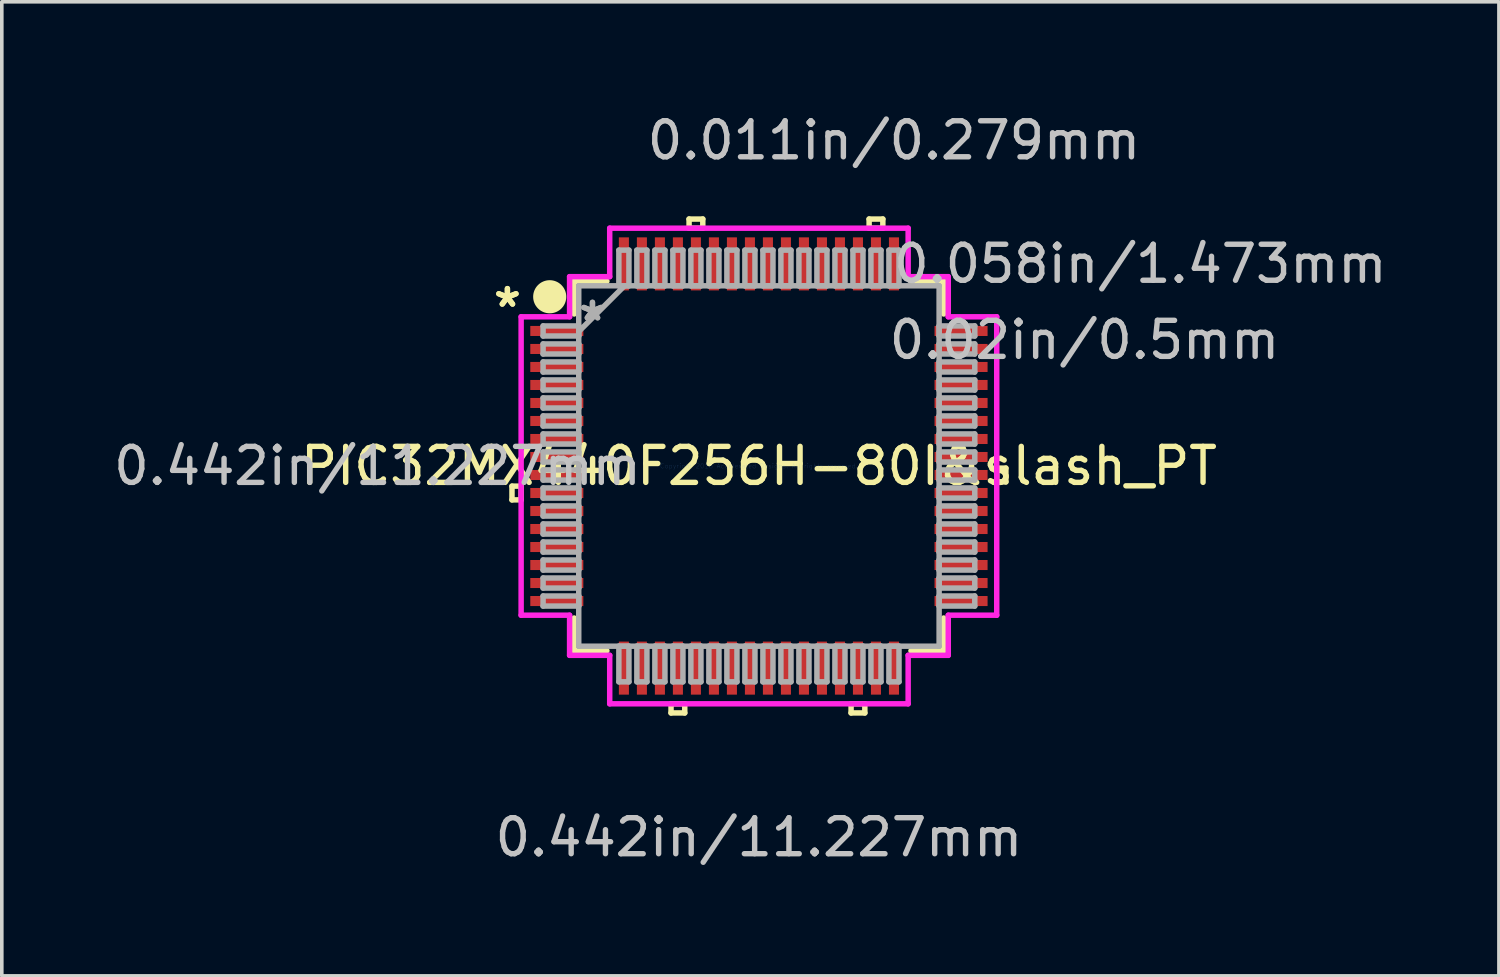
<source format=kicad_pcb>
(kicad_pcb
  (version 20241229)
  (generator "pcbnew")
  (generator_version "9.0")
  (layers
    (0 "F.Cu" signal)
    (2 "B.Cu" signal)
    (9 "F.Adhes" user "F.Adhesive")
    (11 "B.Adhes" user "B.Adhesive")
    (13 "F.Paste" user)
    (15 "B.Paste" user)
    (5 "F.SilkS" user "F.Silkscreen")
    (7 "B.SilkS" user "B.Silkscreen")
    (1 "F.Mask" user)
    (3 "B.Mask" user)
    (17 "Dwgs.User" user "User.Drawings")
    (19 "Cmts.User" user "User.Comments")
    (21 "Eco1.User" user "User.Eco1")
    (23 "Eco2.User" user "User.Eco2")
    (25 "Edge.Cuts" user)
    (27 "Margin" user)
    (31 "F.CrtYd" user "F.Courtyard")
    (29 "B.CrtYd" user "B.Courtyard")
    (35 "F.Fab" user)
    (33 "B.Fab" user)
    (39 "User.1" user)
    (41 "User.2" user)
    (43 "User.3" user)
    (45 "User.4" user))
  (footprint "PIC32MX440F256H-80I&slash_PT"
    (layer "F.Cu")
    (at 18.026 9.891)
    (property "Reference" "PIC32MX440F256H-80I&slash_PT" (at 0 0 0) (layer "F.SilkS") (effects (font (size 1 1) (thickness 0.15))))
    (fp_line (start -6.858 0.56) (end -6.858 0.941) (stroke (width 0.152) (type solid)) (layer "F.SilkS"))
    (fp_line (start -6.858 0.941) (end -6.604 0.941) (stroke (width 0.152) (type solid)) (layer "F.SilkS"))
    (fp_line (start -6.604 0.56) (end -6.858 0.56) (stroke (width 0.152) (type solid)) (layer "F.SilkS"))
    (fp_line (start -6.604 0.941) (end -6.604 0.56) (stroke (width 0.152) (type solid)) (layer "F.SilkS"))
    (fp_line (start -5.131 -5.131) (end -5.131 -4.222) (stroke (width 0.152) (type solid)) (layer "F.SilkS"))
    (fp_line (start -5.131 4.222) (end -5.131 5.131) (stroke (width 0.152) (type solid)) (layer "F.SilkS"))
    (fp_line (start -5.131 5.131) (end -4.222 5.131) (stroke (width 0.152) (type solid)) (layer "F.SilkS"))
    (fp_line (start -4.222 -5.131) (end -5.131 -5.131) (stroke (width 0.152) (type solid)) (layer "F.SilkS"))
    (fp_line (start -2.441 6.604) (end -2.441 6.858) (stroke (width 0.152) (type solid)) (layer "F.SilkS"))
    (fp_line (start -2.441 6.858) (end -2.06 6.858) (stroke (width 0.152) (type solid)) (layer "F.SilkS"))
    (fp_line (start -2.06 6.604) (end -2.441 6.604) (stroke (width 0.152) (type solid)) (layer "F.SilkS"))
    (fp_line (start -2.06 6.858) (end -2.06 6.604) (stroke (width 0.152) (type solid)) (layer "F.SilkS"))
    (fp_line (start -1.94 -6.858) (end -1.559 -6.858) (stroke (width 0.152) (type solid)) (layer "F.SilkS"))
    (fp_line (start -1.94 -6.604) (end -1.94 -6.858) (stroke (width 0.152) (type solid)) (layer "F.SilkS"))
    (fp_line (start -1.559 -6.858) (end -1.559 -6.604) (stroke (width 0.152) (type solid)) (layer "F.SilkS"))
    (fp_line (start -1.559 -6.604) (end -1.94 -6.604) (stroke (width 0.152) (type solid)) (layer "F.SilkS"))
    (fp_line (start 2.559 6.604) (end 2.559 6.858) (stroke (width 0.152) (type solid)) (layer "F.SilkS"))
    (fp_line (start 2.559 6.858) (end 2.941 6.858) (stroke (width 0.152) (type solid)) (layer "F.SilkS"))
    (fp_line (start 2.941 6.604) (end 2.559 6.604) (stroke (width 0.152) (type solid)) (layer "F.SilkS"))
    (fp_line (start 2.941 6.858) (end 2.941 6.604) (stroke (width 0.152) (type solid)) (layer "F.SilkS"))
    (fp_line (start 3.06 -6.858) (end 3.441 -6.858) (stroke (width 0.152) (type solid)) (layer "F.SilkS"))
    (fp_line (start 3.06 -6.604) (end 3.06 -6.858) (stroke (width 0.152) (type solid)) (layer "F.SilkS"))
    (fp_line (start 3.441 -6.858) (end 3.441 -6.604) (stroke (width 0.152) (type solid)) (layer "F.SilkS"))
    (fp_line (start 3.441 -6.604) (end 3.06 -6.604) (stroke (width 0.152) (type solid)) (layer "F.SilkS"))
    (fp_line (start 4.222 5.131) (end 5.131 5.131) (stroke (width 0.152) (type solid)) (layer "F.SilkS"))
    (fp_line (start 5.131 -5.131) (end 4.222 -5.131) (stroke (width 0.152) (type solid)) (layer "F.SilkS"))
    (fp_line (start 5.131 -4.222) (end 5.131 -5.131) (stroke (width 0.152) (type solid)) (layer "F.SilkS"))
    (fp_line (start 5.131 5.131) (end 5.131 4.222) (stroke (width 0.152) (type solid)) (layer "F.SilkS"))
    (fp_line (start 6.604 0.059) (end 6.858 0.059) (stroke (width 0.152) (type solid)) (layer "F.SilkS"))
    (fp_line (start 6.604 0.441) (end 6.604 0.059) (stroke (width 0.152) (type solid)) (layer "F.SilkS"))
    (fp_line (start 6.858 0.059) (end 6.858 0.441) (stroke (width 0.152) (type solid)) (layer "F.SilkS"))
    (fp_line (start 6.858 0.441) (end 6.604 0.441) (stroke (width 0.152) (type solid)) (layer "F.SilkS"))
    (fp_circle (center -5.81 -4.7) (end -5.41 -4.7) (stroke (width 0.12) (type solid)) (fill yes) (layer "F.SilkS"))
    (fp_line (start -6.604 -4.144) (end -5.258 -4.144) (stroke (width 0.152) (type solid)) (layer "F.CrtYd"))
    (fp_line (start -6.604 4.144) (end -6.604 -4.144) (stroke (width 0.152) (type solid)) (layer "F.CrtYd"))
    (fp_line (start -5.258 -5.258) (end -4.144 -5.258) (stroke (width 0.152) (type solid)) (layer "F.CrtYd"))
    (fp_line (start -5.258 -4.144) (end -5.258 -5.258) (stroke (width 0.152) (type solid)) (layer "F.CrtYd"))
    (fp_line (start -5.258 4.144) (end -6.604 4.144) (stroke (width 0.152) (type solid)) (layer "F.CrtYd"))
    (fp_line (start -5.258 5.258) (end -5.258 4.144) (stroke (width 0.152) (type solid)) (layer "F.CrtYd"))
    (fp_line (start -4.144 -6.604) (end 4.144 -6.604) (stroke (width 0.152) (type solid)) (layer "F.CrtYd"))
    (fp_line (start -4.144 -5.258) (end -4.144 -6.604) (stroke (width 0.152) (type solid)) (layer "F.CrtYd"))
    (fp_line (start -4.144 5.258) (end -5.258 5.258) (stroke (width 0.152) (type solid)) (layer "F.CrtYd"))
    (fp_line (start -4.144 6.604) (end -4.144 5.258) (stroke (width 0.152) (type solid)) (layer "F.CrtYd"))
    (fp_line (start 4.144 -6.604) (end 4.144 -5.258) (stroke (width 0.152) (type solid)) (layer "F.CrtYd"))
    (fp_line (start 4.144 -5.258) (end 5.258 -5.258) (stroke (width 0.152) (type solid)) (layer "F.CrtYd"))
    (fp_line (start 4.144 5.258) (end 4.144 6.604) (stroke (width 0.152) (type solid)) (layer "F.CrtYd"))
    (fp_line (start 4.144 6.604) (end -4.144 6.604) (stroke (width 0.152) (type solid)) (layer "F.CrtYd"))
    (fp_line (start 5.258 -5.258) (end 5.258 -4.144) (stroke (width 0.152) (type solid)) (layer "F.CrtYd"))
    (fp_line (start 5.258 -4.144) (end 6.604 -4.144) (stroke (width 0.152) (type solid)) (layer "F.CrtYd"))
    (fp_line (start 5.258 4.144) (end 5.258 5.258) (stroke (width 0.152) (type solid)) (layer "F.CrtYd"))
    (fp_line (start 5.258 5.258) (end 4.144 5.258) (stroke (width 0.152) (type solid)) (layer "F.CrtYd"))
    (fp_line (start 6.604 -4.144) (end 6.604 4.144) (stroke (width 0.152) (type solid)) (layer "F.CrtYd"))
    (fp_line (start 6.604 4.144) (end 5.258 4.144) (stroke (width 0.152) (type solid)) (layer "F.CrtYd"))
    (fp_line (start -5.994 -3.89) (end -5.994 -3.61) (stroke (width 0.152) (type solid)) (layer "F.Fab"))
    (fp_line (start -5.994 -3.61) (end -5.004 -3.61) (stroke (width 0.152) (type solid)) (layer "F.Fab"))
    (fp_line (start -5.994 -3.39) (end -5.994 -3.11) (stroke (width 0.152) (type solid)) (layer "F.Fab"))
    (fp_line (start -5.994 -3.11) (end -5.004 -3.11) (stroke (width 0.152) (type solid)) (layer "F.Fab"))
    (fp_line (start -5.994 -2.89) (end -5.994 -2.61) (stroke (width 0.152) (type solid)) (layer "F.Fab"))
    (fp_line (start -5.994 -2.61) (end -5.004 -2.61) (stroke (width 0.152) (type solid)) (layer "F.Fab"))
    (fp_line (start -5.994 -2.39) (end -5.994 -2.11) (stroke (width 0.152) (type solid)) (layer "F.Fab"))
    (fp_line (start -5.994 -2.11) (end -5.004 -2.11) (stroke (width 0.152) (type solid)) (layer "F.Fab"))
    (fp_line (start -5.994 -1.89) (end -5.994 -1.61) (stroke (width 0.152) (type solid)) (layer "F.Fab"))
    (fp_line (start -5.994 -1.61) (end -5.004 -1.61) (stroke (width 0.152) (type solid)) (layer "F.Fab"))
    (fp_line (start -5.994 -1.39) (end -5.994 -1.11) (stroke (width 0.152) (type solid)) (layer "F.Fab"))
    (fp_line (start -5.994 -1.11) (end -5.004 -1.11) (stroke (width 0.152) (type solid)) (layer "F.Fab"))
    (fp_line (start -5.994 -0.89) (end -5.994 -0.61) (stroke (width 0.152) (type solid)) (layer "F.Fab"))
    (fp_line (start -5.994 -0.61) (end -5.004 -0.61) (stroke (width 0.152) (type solid)) (layer "F.Fab"))
    (fp_line (start -5.994 -0.39) (end -5.994 -0.11) (stroke (width 0.152) (type solid)) (layer "F.Fab"))
    (fp_line (start -5.994 -0.11) (end -5.004 -0.11) (stroke (width 0.152) (type solid)) (layer "F.Fab"))
    (fp_line (start -5.994 0.11) (end -5.994 0.39) (stroke (width 0.152) (type solid)) (layer "F.Fab"))
    (fp_line (start -5.994 0.39) (end -5.004 0.39) (stroke (width 0.152) (type solid)) (layer "F.Fab"))
    (fp_line (start -5.994 0.61) (end -5.994 0.89) (stroke (width 0.152) (type solid)) (layer "F.Fab"))
    (fp_line (start -5.994 0.89) (end -5.004 0.89) (stroke (width 0.152) (type solid)) (layer "F.Fab"))
    (fp_line (start -5.994 1.11) (end -5.994 1.39) (stroke (width 0.152) (type solid)) (layer "F.Fab"))
    (fp_line (start -5.994 1.39) (end -5.004 1.39) (stroke (width 0.152) (type solid)) (layer "F.Fab"))
    (fp_line (start -5.994 1.61) (end -5.994 1.89) (stroke (width 0.152) (type solid)) (layer "F.Fab"))
    (fp_line (start -5.994 1.89) (end -5.004 1.89) (stroke (width 0.152) (type solid)) (layer "F.Fab"))
    (fp_line (start -5.994 2.11) (end -5.994 2.39) (stroke (width 0.152) (type solid)) (layer "F.Fab"))
    (fp_line (start -5.994 2.39) (end -5.004 2.39) (stroke (width 0.152) (type solid)) (layer "F.Fab"))
    (fp_line (start -5.994 2.61) (end -5.994 2.89) (stroke (width 0.152) (type solid)) (layer "F.Fab"))
    (fp_line (start -5.994 2.89) (end -5.004 2.89) (stroke (width 0.152) (type solid)) (layer "F.Fab"))
    (fp_line (start -5.994 3.11) (end -5.994 3.39) (stroke (width 0.152) (type solid)) (layer "F.Fab"))
    (fp_line (start -5.994 3.39) (end -5.004 3.39) (stroke (width 0.152) (type solid)) (layer "F.Fab"))
    (fp_line (start -5.994 3.61) (end -5.994 3.89) (stroke (width 0.152) (type solid)) (layer "F.Fab"))
    (fp_line (start -5.994 3.89) (end -5.004 3.89) (stroke (width 0.152) (type solid)) (layer "F.Fab"))
    (fp_line (start -5.004 -5.004) (end -5.004 -5.004) (stroke (width 0.152) (type solid)) (layer "F.Fab"))
    (fp_line (start -5.004 -5.004) (end -5.004 5.004) (stroke (width 0.152) (type solid)) (layer "F.Fab"))
    (fp_line (start -5.004 -3.89) (end -5.994 -3.89) (stroke (width 0.152) (type solid)) (layer "F.Fab"))
    (fp_line (start -5.004 -3.734) (end -3.734 -5.004) (stroke (width 0.152) (type solid)) (layer "F.Fab"))
    (fp_line (start -5.004 -3.61) (end -5.004 -3.89) (stroke (width 0.152) (type solid)) (layer "F.Fab"))
    (fp_line (start -5.004 -3.39) (end -5.994 -3.39) (stroke (width 0.152) (type solid)) (layer "F.Fab"))
    (fp_line (start -5.004 -3.11) (end -5.004 -3.39) (stroke (width 0.152) (type solid)) (layer "F.Fab"))
    (fp_line (start -5.004 -2.89) (end -5.994 -2.89) (stroke (width 0.152) (type solid)) (layer "F.Fab"))
    (fp_line (start -5.004 -2.61) (end -5.004 -2.89) (stroke (width 0.152) (type solid)) (layer "F.Fab"))
    (fp_line (start -5.004 -2.39) (end -5.994 -2.39) (stroke (width 0.152) (type solid)) (layer "F.Fab"))
    (fp_line (start -5.004 -2.11) (end -5.004 -2.39) (stroke (width 0.152) (type solid)) (layer "F.Fab"))
    (fp_line (start -5.004 -1.89) (end -5.994 -1.89) (stroke (width 0.152) (type solid)) (layer "F.Fab"))
    (fp_line (start -5.004 -1.61) (end -5.004 -1.89) (stroke (width 0.152) (type solid)) (layer "F.Fab"))
    (fp_line (start -5.004 -1.39) (end -5.994 -1.39) (stroke (width 0.152) (type solid)) (layer "F.Fab"))
    (fp_line (start -5.004 -1.11) (end -5.004 -1.39) (stroke (width 0.152) (type solid)) (layer "F.Fab"))
    (fp_line (start -5.004 -0.89) (end -5.994 -0.89) (stroke (width 0.152) (type solid)) (layer "F.Fab"))
    (fp_line (start -5.004 -0.61) (end -5.004 -0.89) (stroke (width 0.152) (type solid)) (layer "F.Fab"))
    (fp_line (start -5.004 -0.39) (end -5.994 -0.39) (stroke (width 0.152) (type solid)) (layer "F.Fab"))
    (fp_line (start -5.004 -0.11) (end -5.004 -0.39) (stroke (width 0.152) (type solid)) (layer "F.Fab"))
    (fp_line (start -5.004 0.11) (end -5.994 0.11) (stroke (width 0.152) (type solid)) (layer "F.Fab"))
    (fp_line (start -5.004 0.39) (end -5.004 0.11) (stroke (width 0.152) (type solid)) (layer "F.Fab"))
    (fp_line (start -5.004 0.61) (end -5.994 0.61) (stroke (width 0.152) (type solid)) (layer "F.Fab"))
    (fp_line (start -5.004 0.89) (end -5.004 0.61) (stroke (width 0.152) (type solid)) (layer "F.Fab"))
    (fp_line (start -5.004 1.11) (end -5.994 1.11) (stroke (width 0.152) (type solid)) (layer "F.Fab"))
    (fp_line (start -5.004 1.39) (end -5.004 1.11) (stroke (width 0.152) (type solid)) (layer "F.Fab"))
    (fp_line (start -5.004 1.61) (end -5.994 1.61) (stroke (width 0.152) (type solid)) (layer "F.Fab"))
    (fp_line (start -5.004 1.89) (end -5.004 1.61) (stroke (width 0.152) (type solid)) (layer "F.Fab"))
    (fp_line (start -5.004 2.11) (end -5.994 2.11) (stroke (width 0.152) (type solid)) (layer "F.Fab"))
    (fp_line (start -5.004 2.39) (end -5.004 2.11) (stroke (width 0.152) (type solid)) (layer "F.Fab"))
    (fp_line (start -5.004 2.61) (end -5.994 2.61) (stroke (width 0.152) (type solid)) (layer "F.Fab"))
    (fp_line (start -5.004 2.89) (end -5.004 2.61) (stroke (width 0.152) (type solid)) (layer "F.Fab"))
    (fp_line (start -5.004 3.11) (end -5.994 3.11) (stroke (width 0.152) (type solid)) (layer "F.Fab"))
    (fp_line (start -5.004 3.39) (end -5.004 3.11) (stroke (width 0.152) (type solid)) (layer "F.Fab"))
    (fp_line (start -5.004 3.61) (end -5.994 3.61) (stroke (width 0.152) (type solid)) (layer "F.Fab"))
    (fp_line (start -5.004 3.89) (end -5.004 3.61) (stroke (width 0.152) (type solid)) (layer "F.Fab"))
    (fp_line (start -5.004 5.004) (end -5.004 5.004) (stroke (width 0.152) (type solid)) (layer "F.Fab"))
    (fp_line (start -5.004 5.004) (end 5.004 5.004) (stroke (width 0.152) (type solid)) (layer "F.Fab"))
    (fp_line (start -3.89 -5.994) (end -3.89 -5.004) (stroke (width 0.152) (type solid)) (layer "F.Fab"))
    (fp_line (start -3.89 -5.004) (end -3.61 -5.004) (stroke (width 0.152) (type solid)) (layer "F.Fab"))
    (fp_line (start -3.89 5.004) (end -3.89 5.994) (stroke (width 0.152) (type solid)) (layer "F.Fab"))
    (fp_line (start -3.89 5.994) (end -3.61 5.994) (stroke (width 0.152) (type solid)) (layer "F.Fab"))
    (fp_line (start -3.61 -5.994) (end -3.89 -5.994) (stroke (width 0.152) (type solid)) (layer "F.Fab"))
    (fp_line (start -3.61 -5.004) (end -3.61 -5.994) (stroke (width 0.152) (type solid)) (layer "F.Fab"))
    (fp_line (start -3.61 5.004) (end -3.89 5.004) (stroke (width 0.152) (type solid)) (layer "F.Fab"))
    (fp_line (start -3.61 5.994) (end -3.61 5.004) (stroke (width 0.152) (type solid)) (layer "F.Fab"))
    (fp_line (start -3.39 -5.994) (end -3.39 -5.004) (stroke (width 0.152) (type solid)) (layer "F.Fab"))
    (fp_line (start -3.39 -5.004) (end -3.11 -5.004) (stroke (width 0.152) (type solid)) (layer "F.Fab"))
    (fp_line (start -3.39 5.004) (end -3.39 5.994) (stroke (width 0.152) (type solid)) (layer "F.Fab"))
    (fp_line (start -3.39 5.994) (end -3.11 5.994) (stroke (width 0.152) (type solid)) (layer "F.Fab"))
    (fp_line (start -3.11 -5.994) (end -3.39 -5.994) (stroke (width 0.152) (type solid)) (layer "F.Fab"))
    (fp_line (start -3.11 -5.004) (end -3.11 -5.994) (stroke (width 0.152) (type solid)) (layer "F.Fab"))
    (fp_line (start -3.11 5.004) (end -3.39 5.004) (stroke (width 0.152) (type solid)) (layer "F.Fab"))
    (fp_line (start -3.11 5.994) (end -3.11 5.004) (stroke (width 0.152) (type solid)) (layer "F.Fab"))
    (fp_line (start -2.89 -5.994) (end -2.89 -5.004) (stroke (width 0.152) (type solid)) (layer "F.Fab"))
    (fp_line (start -2.89 -5.004) (end -2.61 -5.004) (stroke (width 0.152) (type solid)) (layer "F.Fab"))
    (fp_line (start -2.89 5.004) (end -2.89 5.994) (stroke (width 0.152) (type solid)) (layer "F.Fab"))
    (fp_line (start -2.89 5.994) (end -2.61 5.994) (stroke (width 0.152) (type solid)) (layer "F.Fab"))
    (fp_line (start -2.61 -5.994) (end -2.89 -5.994) (stroke (width 0.152) (type solid)) (layer "F.Fab"))
    (fp_line (start -2.61 -5.004) (end -2.61 -5.994) (stroke (width 0.152) (type solid)) (layer "F.Fab"))
    (fp_line (start -2.61 5.004) (end -2.89 5.004) (stroke (width 0.152) (type solid)) (layer "F.Fab"))
    (fp_line (start -2.61 5.994) (end -2.61 5.004) (stroke (width 0.152) (type solid)) (layer "F.Fab"))
    (fp_line (start -2.39 -5.994) (end -2.39 -5.004) (stroke (width 0.152) (type solid)) (layer "F.Fab"))
    (fp_line (start -2.39 -5.004) (end -2.11 -5.004) (stroke (width 0.152) (type solid)) (layer "F.Fab"))
    (fp_line (start -2.39 5.004) (end -2.39 5.994) (stroke (width 0.152) (type solid)) (layer "F.Fab"))
    (fp_line (start -2.39 5.994) (end -2.11 5.994) (stroke (width 0.152) (type solid)) (layer "F.Fab"))
    (fp_line (start -2.11 -5.994) (end -2.39 -5.994) (stroke (width 0.152) (type solid)) (layer "F.Fab"))
    (fp_line (start -2.11 -5.004) (end -2.11 -5.994) (stroke (width 0.152) (type solid)) (layer "F.Fab"))
    (fp_line (start -2.11 5.004) (end -2.39 5.004) (stroke (width 0.152) (type solid)) (layer "F.Fab"))
    (fp_line (start -2.11 5.994) (end -2.11 5.004) (stroke (width 0.152) (type solid)) (layer "F.Fab"))
    (fp_line (start -1.89 -5.994) (end -1.89 -5.004) (stroke (width 0.152) (type solid)) (layer "F.Fab"))
    (fp_line (start -1.89 -5.004) (end -1.61 -5.004) (stroke (width 0.152) (type solid)) (layer "F.Fab"))
    (fp_line (start -1.89 5.004) (end -1.89 5.994) (stroke (width 0.152) (type solid)) (layer "F.Fab"))
    (fp_line (start -1.89 5.994) (end -1.61 5.994) (stroke (width 0.152) (type solid)) (layer "F.Fab"))
    (fp_line (start -1.61 -5.994) (end -1.89 -5.994) (stroke (width 0.152) (type solid)) (layer "F.Fab"))
    (fp_line (start -1.61 -5.004) (end -1.61 -5.994) (stroke (width 0.152) (type solid)) (layer "F.Fab"))
    (fp_line (start -1.61 5.004) (end -1.89 5.004) (stroke (width 0.152) (type solid)) (layer "F.Fab"))
    (fp_line (start -1.61 5.994) (end -1.61 5.004) (stroke (width 0.152) (type solid)) (layer "F.Fab"))
    (fp_line (start -1.39 -5.994) (end -1.39 -5.004) (stroke (width 0.152) (type solid)) (layer "F.Fab"))
    (fp_line (start -1.39 -5.004) (end -1.11 -5.004) (stroke (width 0.152) (type solid)) (layer "F.Fab"))
    (fp_line (start -1.39 5.004) (end -1.39 5.994) (stroke (width 0.152) (type solid)) (layer "F.Fab"))
    (fp_line (start -1.39 5.994) (end -1.11 5.994) (stroke (width 0.152) (type solid)) (layer "F.Fab"))
    (fp_line (start -1.11 -5.994) (end -1.39 -5.994) (stroke (width 0.152) (type solid)) (layer "F.Fab"))
    (fp_line (start -1.11 -5.004) (end -1.11 -5.994) (stroke (width 0.152) (type solid)) (layer "F.Fab"))
    (fp_line (start -1.11 5.004) (end -1.39 5.004) (stroke (width 0.152) (type solid)) (layer "F.Fab"))
    (fp_line (start -1.11 5.994) (end -1.11 5.004) (stroke (width 0.152) (type solid)) (layer "F.Fab"))
    (fp_line (start -0.89 -5.994) (end -0.89 -5.004) (stroke (width 0.152) (type solid)) (layer "F.Fab"))
    (fp_line (start -0.89 -5.004) (end -0.61 -5.004) (stroke (width 0.152) (type solid)) (layer "F.Fab"))
    (fp_line (start -0.89 5.004) (end -0.89 5.994) (stroke (width 0.152) (type solid)) (layer "F.Fab"))
    (fp_line (start -0.89 5.994) (end -0.61 5.994) (stroke (width 0.152) (type solid)) (layer "F.Fab"))
    (fp_line (start -0.61 -5.994) (end -0.89 -5.994) (stroke (width 0.152) (type solid)) (layer "F.Fab"))
    (fp_line (start -0.61 -5.004) (end -0.61 -5.994) (stroke (width 0.152) (type solid)) (layer "F.Fab"))
    (fp_line (start -0.61 5.004) (end -0.89 5.004) (stroke (width 0.152) (type solid)) (layer "F.Fab"))
    (fp_line (start -0.61 5.994) (end -0.61 5.004) (stroke (width 0.152) (type solid)) (layer "F.Fab"))
    (fp_line (start -0.39 -5.994) (end -0.39 -5.004) (stroke (width 0.152) (type solid)) (layer "F.Fab"))
    (fp_line (start -0.39 -5.004) (end -0.11 -5.004) (stroke (width 0.152) (type solid)) (layer "F.Fab"))
    (fp_line (start -0.39 5.004) (end -0.39 5.994) (stroke (width 0.152) (type solid)) (layer "F.Fab"))
    (fp_line (start -0.39 5.994) (end -0.11 5.994) (stroke (width 0.152) (type solid)) (layer "F.Fab"))
    (fp_line (start -0.11 -5.994) (end -0.39 -5.994) (stroke (width 0.152) (type solid)) (layer "F.Fab"))
    (fp_line (start -0.11 -5.004) (end -0.11 -5.994) (stroke (width 0.152) (type solid)) (layer "F.Fab"))
    (fp_line (start -0.11 5.004) (end -0.39 5.004) (stroke (width 0.152) (type solid)) (layer "F.Fab"))
    (fp_line (start -0.11 5.994) (end -0.11 5.004) (stroke (width 0.152) (type solid)) (layer "F.Fab"))
    (fp_line (start 0.11 -5.994) (end 0.11 -5.004) (stroke (width 0.152) (type solid)) (layer "F.Fab"))
    (fp_line (start 0.11 -5.004) (end 0.39 -5.004) (stroke (width 0.152) (type solid)) (layer "F.Fab"))
    (fp_line (start 0.11 5.004) (end 0.11 5.994) (stroke (width 0.152) (type solid)) (layer "F.Fab"))
    (fp_line (start 0.11 5.994) (end 0.39 5.994) (stroke (width 0.152) (type solid)) (layer "F.Fab"))
    (fp_line (start 0.39 -5.994) (end 0.11 -5.994) (stroke (width 0.152) (type solid)) (layer "F.Fab"))
    (fp_line (start 0.39 -5.004) (end 0.39 -5.994) (stroke (width 0.152) (type solid)) (layer "F.Fab"))
    (fp_line (start 0.39 5.004) (end 0.11 5.004) (stroke (width 0.152) (type solid)) (layer "F.Fab"))
    (fp_line (start 0.39 5.994) (end 0.39 5.004) (stroke (width 0.152) (type solid)) (layer "F.Fab"))
    (fp_line (start 0.61 -5.994) (end 0.61 -5.004) (stroke (width 0.152) (type solid)) (layer "F.Fab"))
    (fp_line (start 0.61 -5.004) (end 0.89 -5.004) (stroke (width 0.152) (type solid)) (layer "F.Fab"))
    (fp_line (start 0.61 5.004) (end 0.61 5.994) (stroke (width 0.152) (type solid)) (layer "F.Fab"))
    (fp_line (start 0.61 5.994) (end 0.89 5.994) (stroke (width 0.152) (type solid)) (layer "F.Fab"))
    (fp_line (start 0.89 -5.994) (end 0.61 -5.994) (stroke (width 0.152) (type solid)) (layer "F.Fab"))
    (fp_line (start 0.89 -5.004) (end 0.89 -5.994) (stroke (width 0.152) (type solid)) (layer "F.Fab"))
    (fp_line (start 0.89 5.004) (end 0.61 5.004) (stroke (width 0.152) (type solid)) (layer "F.Fab"))
    (fp_line (start 0.89 5.994) (end 0.89 5.004) (stroke (width 0.152) (type solid)) (layer "F.Fab"))
    (fp_line (start 1.11 -5.994) (end 1.11 -5.004) (stroke (width 0.152) (type solid)) (layer "F.Fab"))
    (fp_line (start 1.11 -5.004) (end 1.39 -5.004) (stroke (width 0.152) (type solid)) (layer "F.Fab"))
    (fp_line (start 1.11 5.004) (end 1.11 5.994) (stroke (width 0.152) (type solid)) (layer "F.Fab"))
    (fp_line (start 1.11 5.994) (end 1.39 5.994) (stroke (width 0.152) (type solid)) (layer "F.Fab"))
    (fp_line (start 1.39 -5.994) (end 1.11 -5.994) (stroke (width 0.152) (type solid)) (layer "F.Fab"))
    (fp_line (start 1.39 -5.004) (end 1.39 -5.994) (stroke (width 0.152) (type solid)) (layer "F.Fab"))
    (fp_line (start 1.39 5.004) (end 1.11 5.004) (stroke (width 0.152) (type solid)) (layer "F.Fab"))
    (fp_line (start 1.39 5.994) (end 1.39 5.004) (stroke (width 0.152) (type solid)) (layer "F.Fab"))
    (fp_line (start 1.61 -5.994) (end 1.61 -5.004) (stroke (width 0.152) (type solid)) (layer "F.Fab"))
    (fp_line (start 1.61 -5.004) (end 1.89 -5.004) (stroke (width 0.152) (type solid)) (layer "F.Fab"))
    (fp_line (start 1.61 5.004) (end 1.61 5.994) (stroke (width 0.152) (type solid)) (layer "F.Fab"))
    (fp_line (start 1.61 5.994) (end 1.89 5.994) (stroke (width 0.152) (type solid)) (layer "F.Fab"))
    (fp_line (start 1.89 -5.994) (end 1.61 -5.994) (stroke (width 0.152) (type solid)) (layer "F.Fab"))
    (fp_line (start 1.89 -5.004) (end 1.89 -5.994) (stroke (width 0.152) (type solid)) (layer "F.Fab"))
    (fp_line (start 1.89 5.004) (end 1.61 5.004) (stroke (width 0.152) (type solid)) (layer "F.Fab"))
    (fp_line (start 1.89 5.994) (end 1.89 5.004) (stroke (width 0.152) (type solid)) (layer "F.Fab"))
    (fp_line (start 2.11 -5.994) (end 2.11 -5.004) (stroke (width 0.152) (type solid)) (layer "F.Fab"))
    (fp_line (start 2.11 -5.004) (end 2.39 -5.004) (stroke (width 0.152) (type solid)) (layer "F.Fab"))
    (fp_line (start 2.11 5.004) (end 2.11 5.994) (stroke (width 0.152) (type solid)) (layer "F.Fab"))
    (fp_line (start 2.11 5.994) (end 2.39 5.994) (stroke (width 0.152) (type solid)) (layer "F.Fab"))
    (fp_line (start 2.39 -5.994) (end 2.11 -5.994) (stroke (width 0.152) (type solid)) (layer "F.Fab"))
    (fp_line (start 2.39 -5.004) (end 2.39 -5.994) (stroke (width 0.152) (type solid)) (layer "F.Fab"))
    (fp_line (start 2.39 5.004) (end 2.11 5.004) (stroke (width 0.152) (type solid)) (layer "F.Fab"))
    (fp_line (start 2.39 5.994) (end 2.39 5.004) (stroke (width 0.152) (type solid)) (layer "F.Fab"))
    (fp_line (start 2.61 -5.994) (end 2.61 -5.004) (stroke (width 0.152) (type solid)) (layer "F.Fab"))
    (fp_line (start 2.61 -5.004) (end 2.89 -5.004) (stroke (width 0.152) (type solid)) (layer "F.Fab"))
    (fp_line (start 2.61 5.004) (end 2.61 5.994) (stroke (width 0.152) (type solid)) (layer "F.Fab"))
    (fp_line (start 2.61 5.994) (end 2.89 5.994) (stroke (width 0.152) (type solid)) (layer "F.Fab"))
    (fp_line (start 2.89 -5.994) (end 2.61 -5.994) (stroke (width 0.152) (type solid)) (layer "F.Fab"))
    (fp_line (start 2.89 -5.004) (end 2.89 -5.994) (stroke (width 0.152) (type solid)) (layer "F.Fab"))
    (fp_line (start 2.89 5.004) (end 2.61 5.004) (stroke (width 0.152) (type solid)) (layer "F.Fab"))
    (fp_line (start 2.89 5.994) (end 2.89 5.004) (stroke (width 0.152) (type solid)) (layer "F.Fab"))
    (fp_line (start 3.11 -5.994) (end 3.11 -5.004) (stroke (width 0.152) (type solid)) (layer "F.Fab"))
    (fp_line (start 3.11 -5.004) (end 3.39 -5.004) (stroke (width 0.152) (type solid)) (layer "F.Fab"))
    (fp_line (start 3.11 5.004) (end 3.11 5.994) (stroke (width 0.152) (type solid)) (layer "F.Fab"))
    (fp_line (start 3.11 5.994) (end 3.39 5.994) (stroke (width 0.152) (type solid)) (layer "F.Fab"))
    (fp_line (start 3.39 -5.994) (end 3.11 -5.994) (stroke (width 0.152) (type solid)) (layer "F.Fab"))
    (fp_line (start 3.39 -5.004) (end 3.39 -5.994) (stroke (width 0.152) (type solid)) (layer "F.Fab"))
    (fp_line (start 3.39 5.004) (end 3.11 5.004) (stroke (width 0.152) (type solid)) (layer "F.Fab"))
    (fp_line (start 3.39 5.994) (end 3.39 5.004) (stroke (width 0.152) (type solid)) (layer "F.Fab"))
    (fp_line (start 3.61 -5.994) (end 3.61 -5.004) (stroke (width 0.152) (type solid)) (layer "F.Fab"))
    (fp_line (start 3.61 -5.004) (end 3.89 -5.004) (stroke (width 0.152) (type solid)) (layer "F.Fab"))
    (fp_line (start 3.61 5.004) (end 3.61 5.994) (stroke (width 0.152) (type solid)) (layer "F.Fab"))
    (fp_line (start 3.61 5.994) (end 3.89 5.994) (stroke (width 0.152) (type solid)) (layer "F.Fab"))
    (fp_line (start 3.89 -5.994) (end 3.61 -5.994) (stroke (width 0.152) (type solid)) (layer "F.Fab"))
    (fp_line (start 3.89 -5.004) (end 3.89 -5.994) (stroke (width 0.152) (type solid)) (layer "F.Fab"))
    (fp_line (start 3.89 5.004) (end 3.61 5.004) (stroke (width 0.152) (type solid)) (layer "F.Fab"))
    (fp_line (start 3.89 5.994) (end 3.89 5.004) (stroke (width 0.152) (type solid)) (layer "F.Fab"))
    (fp_line (start 5.004 -5.004) (end -5.004 -5.004) (stroke (width 0.152) (type solid)) (layer "F.Fab"))
    (fp_line (start 5.004 -5.004) (end 5.004 -5.004) (stroke (width 0.152) (type solid)) (layer "F.Fab"))
    (fp_line (start 5.004 -3.89) (end 5.004 -3.61) (stroke (width 0.152) (type solid)) (layer "F.Fab"))
    (fp_line (start 5.004 -3.61) (end 5.994 -3.61) (stroke (width 0.152) (type solid)) (layer "F.Fab"))
    (fp_line (start 5.004 -3.39) (end 5.004 -3.11) (stroke (width 0.152) (type solid)) (layer "F.Fab"))
    (fp_line (start 5.004 -3.11) (end 5.994 -3.11) (stroke (width 0.152) (type solid)) (layer "F.Fab"))
    (fp_line (start 5.004 -2.89) (end 5.004 -2.61) (stroke (width 0.152) (type solid)) (layer "F.Fab"))
    (fp_line (start 5.004 -2.61) (end 5.994 -2.61) (stroke (width 0.152) (type solid)) (layer "F.Fab"))
    (fp_line (start 5.004 -2.39) (end 5.004 -2.11) (stroke (width 0.152) (type solid)) (layer "F.Fab"))
    (fp_line (start 5.004 -2.11) (end 5.994 -2.11) (stroke (width 0.152) (type solid)) (layer "F.Fab"))
    (fp_line (start 5.004 -1.89) (end 5.004 -1.61) (stroke (width 0.152) (type solid)) (layer "F.Fab"))
    (fp_line (start 5.004 -1.61) (end 5.994 -1.61) (stroke (width 0.152) (type solid)) (layer "F.Fab"))
    (fp_line (start 5.004 -1.39) (end 5.004 -1.11) (stroke (width 0.152) (type solid)) (layer "F.Fab"))
    (fp_line (start 5.004 -1.11) (end 5.994 -1.11) (stroke (width 0.152) (type solid)) (layer "F.Fab"))
    (fp_line (start 5.004 -0.89) (end 5.004 -0.61) (stroke (width 0.152) (type solid)) (layer "F.Fab"))
    (fp_line (start 5.004 -0.61) (end 5.994 -0.61) (stroke (width 0.152) (type solid)) (layer "F.Fab"))
    (fp_line (start 5.004 -0.39) (end 5.004 -0.11) (stroke (width 0.152) (type solid)) (layer "F.Fab"))
    (fp_line (start 5.004 -0.11) (end 5.994 -0.11) (stroke (width 0.152) (type solid)) (layer "F.Fab"))
    (fp_line (start 5.004 0.11) (end 5.004 0.39) (stroke (width 0.152) (type solid)) (layer "F.Fab"))
    (fp_line (start 5.004 0.39) (end 5.994 0.39) (stroke (width 0.152) (type solid)) (layer "F.Fab"))
    (fp_line (start 5.004 0.61) (end 5.004 0.89) (stroke (width 0.152) (type solid)) (layer "F.Fab"))
    (fp_line (start 5.004 0.89) (end 5.994 0.89) (stroke (width 0.152) (type solid)) (layer "F.Fab"))
    (fp_line (start 5.004 1.11) (end 5.004 1.39) (stroke (width 0.152) (type solid)) (layer "F.Fab"))
    (fp_line (start 5.004 1.39) (end 5.994 1.39) (stroke (width 0.152) (type solid)) (layer "F.Fab"))
    (fp_line (start 5.004 1.61) (end 5.004 1.89) (stroke (width 0.152) (type solid)) (layer "F.Fab"))
    (fp_line (start 5.004 1.89) (end 5.994 1.89) (stroke (width 0.152) (type solid)) (layer "F.Fab"))
    (fp_line (start 5.004 2.11) (end 5.004 2.39) (stroke (width 0.152) (type solid)) (layer "F.Fab"))
    (fp_line (start 5.004 2.39) (end 5.994 2.39) (stroke (width 0.152) (type solid)) (layer "F.Fab"))
    (fp_line (start 5.004 2.61) (end 5.004 2.89) (stroke (width 0.152) (type solid)) (layer "F.Fab"))
    (fp_line (start 5.004 2.89) (end 5.994 2.89) (stroke (width 0.152) (type solid)) (layer "F.Fab"))
    (fp_line (start 5.004 3.11) (end 5.004 3.39) (stroke (width 0.152) (type solid)) (layer "F.Fab"))
    (fp_line (start 5.004 3.39) (end 5.994 3.39) (stroke (width 0.152) (type solid)) (layer "F.Fab"))
    (fp_line (start 5.004 3.61) (end 5.004 3.89) (stroke (width 0.152) (type solid)) (layer "F.Fab"))
    (fp_line (start 5.004 3.89) (end 5.994 3.89) (stroke (width 0.152) (type solid)) (layer "F.Fab"))
    (fp_line (start 5.004 5.004) (end 5.004 -5.004) (stroke (width 0.152) (type solid)) (layer "F.Fab"))
    (fp_line (start 5.004 5.004) (end 5.004 5.004) (stroke (width 0.152) (type solid)) (layer "F.Fab"))
    (fp_line (start 5.994 -3.89) (end 5.004 -3.89) (stroke (width 0.152) (type solid)) (layer "F.Fab"))
    (fp_line (start 5.994 -3.61) (end 5.994 -3.89) (stroke (width 0.152) (type solid)) (layer "F.Fab"))
    (fp_line (start 5.994 -3.39) (end 5.004 -3.39) (stroke (width 0.152) (type solid)) (layer "F.Fab"))
    (fp_line (start 5.994 -3.11) (end 5.994 -3.39) (stroke (width 0.152) (type solid)) (layer "F.Fab"))
    (fp_line (start 5.994 -2.89) (end 5.004 -2.89) (stroke (width 0.152) (type solid)) (layer "F.Fab"))
    (fp_line (start 5.994 -2.61) (end 5.994 -2.89) (stroke (width 0.152) (type solid)) (layer "F.Fab"))
    (fp_line (start 5.994 -2.39) (end 5.004 -2.39) (stroke (width 0.152) (type solid)) (layer "F.Fab"))
    (fp_line (start 5.994 -2.11) (end 5.994 -2.39) (stroke (width 0.152) (type solid)) (layer "F.Fab"))
    (fp_line (start 5.994 -1.89) (end 5.004 -1.89) (stroke (width 0.152) (type solid)) (layer "F.Fab"))
    (fp_line (start 5.994 -1.61) (end 5.994 -1.89) (stroke (width 0.152) (type solid)) (layer "F.Fab"))
    (fp_line (start 5.994 -1.39) (end 5.004 -1.39) (stroke (width 0.152) (type solid)) (layer "F.Fab"))
    (fp_line (start 5.994 -1.11) (end 5.994 -1.39) (stroke (width 0.152) (type solid)) (layer "F.Fab"))
    (fp_line (start 5.994 -0.89) (end 5.004 -0.89) (stroke (width 0.152) (type solid)) (layer "F.Fab"))
    (fp_line (start 5.994 -0.61) (end 5.994 -0.89) (stroke (width 0.152) (type solid)) (layer "F.Fab"))
    (fp_line (start 5.994 -0.39) (end 5.004 -0.39) (stroke (width 0.152) (type solid)) (layer "F.Fab"))
    (fp_line (start 5.994 -0.11) (end 5.994 -0.39) (stroke (width 0.152) (type solid)) (layer "F.Fab"))
    (fp_line (start 5.994 0.11) (end 5.004 0.11) (stroke (width 0.152) (type solid)) (layer "F.Fab"))
    (fp_line (start 5.994 0.39) (end 5.994 0.11) (stroke (width 0.152) (type solid)) (layer "F.Fab"))
    (fp_line (start 5.994 0.61) (end 5.004 0.61) (stroke (width 0.152) (type solid)) (layer "F.Fab"))
    (fp_line (start 5.994 0.89) (end 5.994 0.61) (stroke (width 0.152) (type solid)) (layer "F.Fab"))
    (fp_line (start 5.994 1.11) (end 5.004 1.11) (stroke (width 0.152) (type solid)) (layer "F.Fab"))
    (fp_line (start 5.994 1.39) (end 5.994 1.11) (stroke (width 0.152) (type solid)) (layer "F.Fab"))
    (fp_line (start 5.994 1.61) (end 5.004 1.61) (stroke (width 0.152) (type solid)) (layer "F.Fab"))
    (fp_line (start 5.994 1.89) (end 5.994 1.61) (stroke (width 0.152) (type solid)) (layer "F.Fab"))
    (fp_line (start 5.994 2.11) (end 5.004 2.11) (stroke (width 0.152) (type solid)) (layer "F.Fab"))
    (fp_line (start 5.994 2.39) (end 5.994 2.11) (stroke (width 0.152) (type solid)) (layer "F.Fab"))
    (fp_line (start 5.994 2.61) (end 5.004 2.61) (stroke (width 0.152) (type solid)) (layer "F.Fab"))
    (fp_line (start 5.994 2.89) (end 5.994 2.61) (stroke (width 0.152) (type solid)) (layer "F.Fab"))
    (fp_line (start 5.994 3.11) (end 5.004 3.11) (stroke (width 0.152) (type solid)) (layer "F.Fab"))
    (fp_line (start 5.994 3.39) (end 5.994 3.11) (stroke (width 0.152) (type solid)) (layer "F.Fab"))
    (fp_line (start 5.994 3.61) (end 5.004 3.61) (stroke (width 0.152) (type solid)) (layer "F.Fab"))
    (fp_line (start 5.994 3.89) (end 5.994 3.61) (stroke (width 0.152) (type solid)) (layer "F.Fab"))
    (fp_text user "*" (at -6.985 -4.381 0) (layer "F.SilkS") (effects (font (size 1 1) (thickness 0.15))))
    (fp_text user "*" (at -6.985 -4.381 0) (layer "F.SilkS") (effects (font (size 1 1) (thickness 0.15))))
    (fp_text user "0.442in/11.227mm" (at -10.592 0 0) (layer "Dwgs.User") (effects (font (size 1 1) (thickness 0.15))))
    (fp_text user "0.02in/0.5mm" (at 9.042 -3.5 0) (layer "Dwgs.User") (effects (font (size 1 1) (thickness 0.15))))
    (fp_text user "0.011in/0.279mm" (at 3.75 -9.042 0) (layer "Dwgs.User") (effects (font (size 1 1) (thickness 0.15))))
    (fp_text user "0.058in/1.473mm" (at 10.592 -5.613 0) (layer "Dwgs.User") (effects (font (size 1 1) (thickness 0.15))))
    (fp_text user "0.442in/11.227mm" (at 0 10.312 0) (layer "Dwgs.User") (effects (font (size 1 1) (thickness 0.15))))
    (fp_text user "Copyright 2016 Accelerated Designs. All rights reserved." (at 0 0 0) (layer "Cmts.User") (effects (font (size 0.127 0.127) (thickness 0.002))))
    (fp_text user "*" (at -4.623 -4 0) (layer "F.Fab") (effects (font (size 1 1) (thickness 0.15))))
    (fp_text user "*" (at -4.623 -4 0) (layer "F.Fab") (effects (font (size 1 1) (thickness 0.15))))
    (pad "1" smd rect (at -5.613 -3.75 90) (size 0.279 1.473) (layers "F.Cu" "F.Mask" "F.Paste"))
    (pad "2" smd rect (at -5.613 -3.25 90) (size 0.279 1.473) (layers "F.Cu" "F.Mask" "F.Paste"))
    (pad "3" smd rect (at -5.613 -2.75 90) (size 0.279 1.473) (layers "F.Cu" "F.Mask" "F.Paste"))
    (pad "4" smd rect (at -5.613 -2.25 90) (size 0.279 1.473) (layers "F.Cu" "F.Mask" "F.Paste"))
    (pad "5" smd rect (at -5.613 -1.75 90) (size 0.279 1.473) (layers "F.Cu" "F.Mask" "F.Paste"))
    (pad "6" smd rect (at -5.613 -1.25 90) (size 0.279 1.473) (layers "F.Cu" "F.Mask" "F.Paste"))
    (pad "7" smd rect (at -5.613 -0.75 90) (size 0.279 1.473) (layers "F.Cu" "F.Mask" "F.Paste"))
    (pad "8" smd rect (at -5.613 -0.25 90) (size 0.279 1.473) (layers "F.Cu" "F.Mask" "F.Paste"))
    (pad "9" smd rect (at -5.613 0.25 90) (size 0.279 1.473) (layers "F.Cu" "F.Mask" "F.Paste"))
    (pad "10" smd rect (at -5.613 0.75 90) (size 0.279 1.473) (layers "F.Cu" "F.Mask" "F.Paste"))
    (pad "11" smd rect (at -5.613 1.25 90) (size 0.279 1.473) (layers "F.Cu" "F.Mask" "F.Paste"))
    (pad "12" smd rect (at -5.613 1.75 90) (size 0.279 1.473) (layers "F.Cu" "F.Mask" "F.Paste"))
    (pad "13" smd rect (at -5.613 2.25 90) (size 0.279 1.473) (layers "F.Cu" "F.Mask" "F.Paste"))
    (pad "14" smd rect (at -5.613 2.75 90) (size 0.279 1.473) (layers "F.Cu" "F.Mask" "F.Paste"))
    (pad "15" smd rect (at -5.613 3.25 90) (size 0.279 1.473) (layers "F.Cu" "F.Mask" "F.Paste"))
    (pad "16" smd rect (at -5.613 3.75 90) (size 0.279 1.473) (layers "F.Cu" "F.Mask" "F.Paste"))
    (pad "17" smd rect (at -3.75 5.613) (size 0.279 1.473) (layers "F.Cu" "F.Mask" "F.Paste"))
    (pad "18" smd rect (at -3.25 5.613) (size 0.279 1.473) (layers "F.Cu" "F.Mask" "F.Paste"))
    (pad "19" smd rect (at -2.75 5.613) (size 0.279 1.473) (layers "F.Cu" "F.Mask" "F.Paste"))
    (pad "20" smd rect (at -2.25 5.613) (size 0.279 1.473) (layers "F.Cu" "F.Mask" "F.Paste"))
    (pad "21" smd rect (at -1.75 5.613) (size 0.279 1.473) (layers "F.Cu" "F.Mask" "F.Paste"))
    (pad "22" smd rect (at -1.25 5.613) (size 0.279 1.473) (layers "F.Cu" "F.Mask" "F.Paste"))
    (pad "23" smd rect (at -0.75 5.613) (size 0.279 1.473) (layers "F.Cu" "F.Mask" "F.Paste"))
    (pad "24" smd rect (at -0.25 5.613) (size 0.279 1.473) (layers "F.Cu" "F.Mask" "F.Paste"))
    (pad "25" smd rect (at 0.25 5.613) (size 0.279 1.473) (layers "F.Cu" "F.Mask" "F.Paste"))
    (pad "26" smd rect (at 0.75 5.613) (size 0.279 1.473) (layers "F.Cu" "F.Mask" "F.Paste"))
    (pad "27" smd rect (at 1.25 5.613) (size 0.279 1.473) (layers "F.Cu" "F.Mask" "F.Paste"))
    (pad "28" smd rect (at 1.75 5.613) (size 0.279 1.473) (layers "F.Cu" "F.Mask" "F.Paste"))
    (pad "29" smd rect (at 2.25 5.613) (size 0.279 1.473) (layers "F.Cu" "F.Mask" "F.Paste"))
    (pad "30" smd rect (at 2.75 5.613) (size 0.279 1.473) (layers "F.Cu" "F.Mask" "F.Paste"))
    (pad "31" smd rect (at 3.25 5.613) (size 0.279 1.473) (layers "F.Cu" "F.Mask" "F.Paste"))
    (pad "32" smd rect (at 3.75 5.613) (size 0.279 1.473) (layers "F.Cu" "F.Mask" "F.Paste"))
    (pad "33" smd rect (at 5.613 3.75 90) (size 0.279 1.473) (layers "F.Cu" "F.Mask" "F.Paste"))
    (pad "34" smd rect (at 5.613 3.25 90) (size 0.279 1.473) (layers "F.Cu" "F.Mask" "F.Paste"))
    (pad "35" smd rect (at 5.613 2.75 90) (size 0.279 1.473) (layers "F.Cu" "F.Mask" "F.Paste"))
    (pad "36" smd rect (at 5.613 2.25 90) (size 0.279 1.473) (layers "F.Cu" "F.Mask" "F.Paste"))
    (pad "37" smd rect (at 5.613 1.75 90) (size 0.279 1.473) (layers "F.Cu" "F.Mask" "F.Paste"))
    (pad "38" smd rect (at 5.613 1.25 90) (size 0.279 1.473) (layers "F.Cu" "F.Mask" "F.Paste"))
    (pad "39" smd rect (at 5.613 0.75 90) (size 0.279 1.473) (layers "F.Cu" "F.Mask" "F.Paste"))
    (pad "40" smd rect (at 5.613 0.25 90) (size 0.279 1.473) (layers "F.Cu" "F.Mask" "F.Paste"))
    (pad "41" smd rect (at 5.613 -0.25 90) (size 0.279 1.473) (layers "F.Cu" "F.Mask" "F.Paste"))
    (pad "42" smd rect (at 5.613 -0.75 90) (size 0.279 1.473) (layers "F.Cu" "F.Mask" "F.Paste"))
    (pad "43" smd rect (at 5.613 -1.25 90) (size 0.279 1.473) (layers "F.Cu" "F.Mask" "F.Paste"))
    (pad "44" smd rect (at 5.613 -1.75 90) (size 0.279 1.473) (layers "F.Cu" "F.Mask" "F.Paste"))
    (pad "45" smd rect (at 5.613 -2.25 90) (size 0.279 1.473) (layers "F.Cu" "F.Mask" "F.Paste"))
    (pad "46" smd rect (at 5.613 -2.75 90) (size 0.279 1.473) (layers "F.Cu" "F.Mask" "F.Paste"))
    (pad "47" smd rect (at 5.613 -3.25 90) (size 0.279 1.473) (layers "F.Cu" "F.Mask" "F.Paste"))
    (pad "48" smd rect (at 5.613 -3.75 90) (size 0.279 1.473) (layers "F.Cu" "F.Mask" "F.Paste"))
    (pad "49" smd rect (at 3.75 -5.613) (size 0.279 1.473) (layers "F.Cu" "F.Mask" "F.Paste"))
    (pad "50" smd rect (at 3.25 -5.613) (size 0.279 1.473) (layers "F.Cu" "F.Mask" "F.Paste"))
    (pad "51" smd rect (at 2.75 -5.613) (size 0.279 1.473) (layers "F.Cu" "F.Mask" "F.Paste"))
    (pad "52" smd rect (at 2.25 -5.613) (size 0.279 1.473) (layers "F.Cu" "F.Mask" "F.Paste"))
    (pad "53" smd rect (at 1.75 -5.613) (size 0.279 1.473) (layers "F.Cu" "F.Mask" "F.Paste"))
    (pad "54" smd rect (at 1.25 -5.613) (size 0.279 1.473) (layers "F.Cu" "F.Mask" "F.Paste"))
    (pad "55" smd rect (at 0.75 -5.613) (size 0.279 1.473) (layers "F.Cu" "F.Mask" "F.Paste"))
    (pad "56" smd rect (at 0.25 -5.613) (size 0.279 1.473) (layers "F.Cu" "F.Mask" "F.Paste"))
    (pad "57" smd rect (at -0.25 -5.613) (size 0.279 1.473) (layers "F.Cu" "F.Mask" "F.Paste"))
    (pad "58" smd rect (at -0.75 -5.613) (size 0.279 1.473) (layers "F.Cu" "F.Mask" "F.Paste"))
    (pad "59" smd rect (at -1.25 -5.613) (size 0.279 1.473) (layers "F.Cu" "F.Mask" "F.Paste"))
    (pad "60" smd rect (at -1.75 -5.613) (size 0.279 1.473) (layers "F.Cu" "F.Mask" "F.Paste"))
    (pad "61" smd rect (at -2.25 -5.613) (size 0.279 1.473) (layers "F.Cu" "F.Mask" "F.Paste"))
    (pad "62" smd rect (at -2.75 -5.613) (size 0.279 1.473) (layers "F.Cu" "F.Mask" "F.Paste"))
    (pad "63" smd rect (at -3.25 -5.613) (size 0.279 1.473) (layers "F.Cu" "F.Mask" "F.Paste"))
    (pad "64" smd rect (at -3.75 -5.613) (size 0.279 1.473) (layers "F.Cu" "F.Mask" "F.Paste")))
  (gr_rect
    (start -3 -3)
    (end 38.576 24.051)
    (stroke (width 0.1) (type default))
    (fill no)
    (layer "Edge.Cuts")))
</source>
